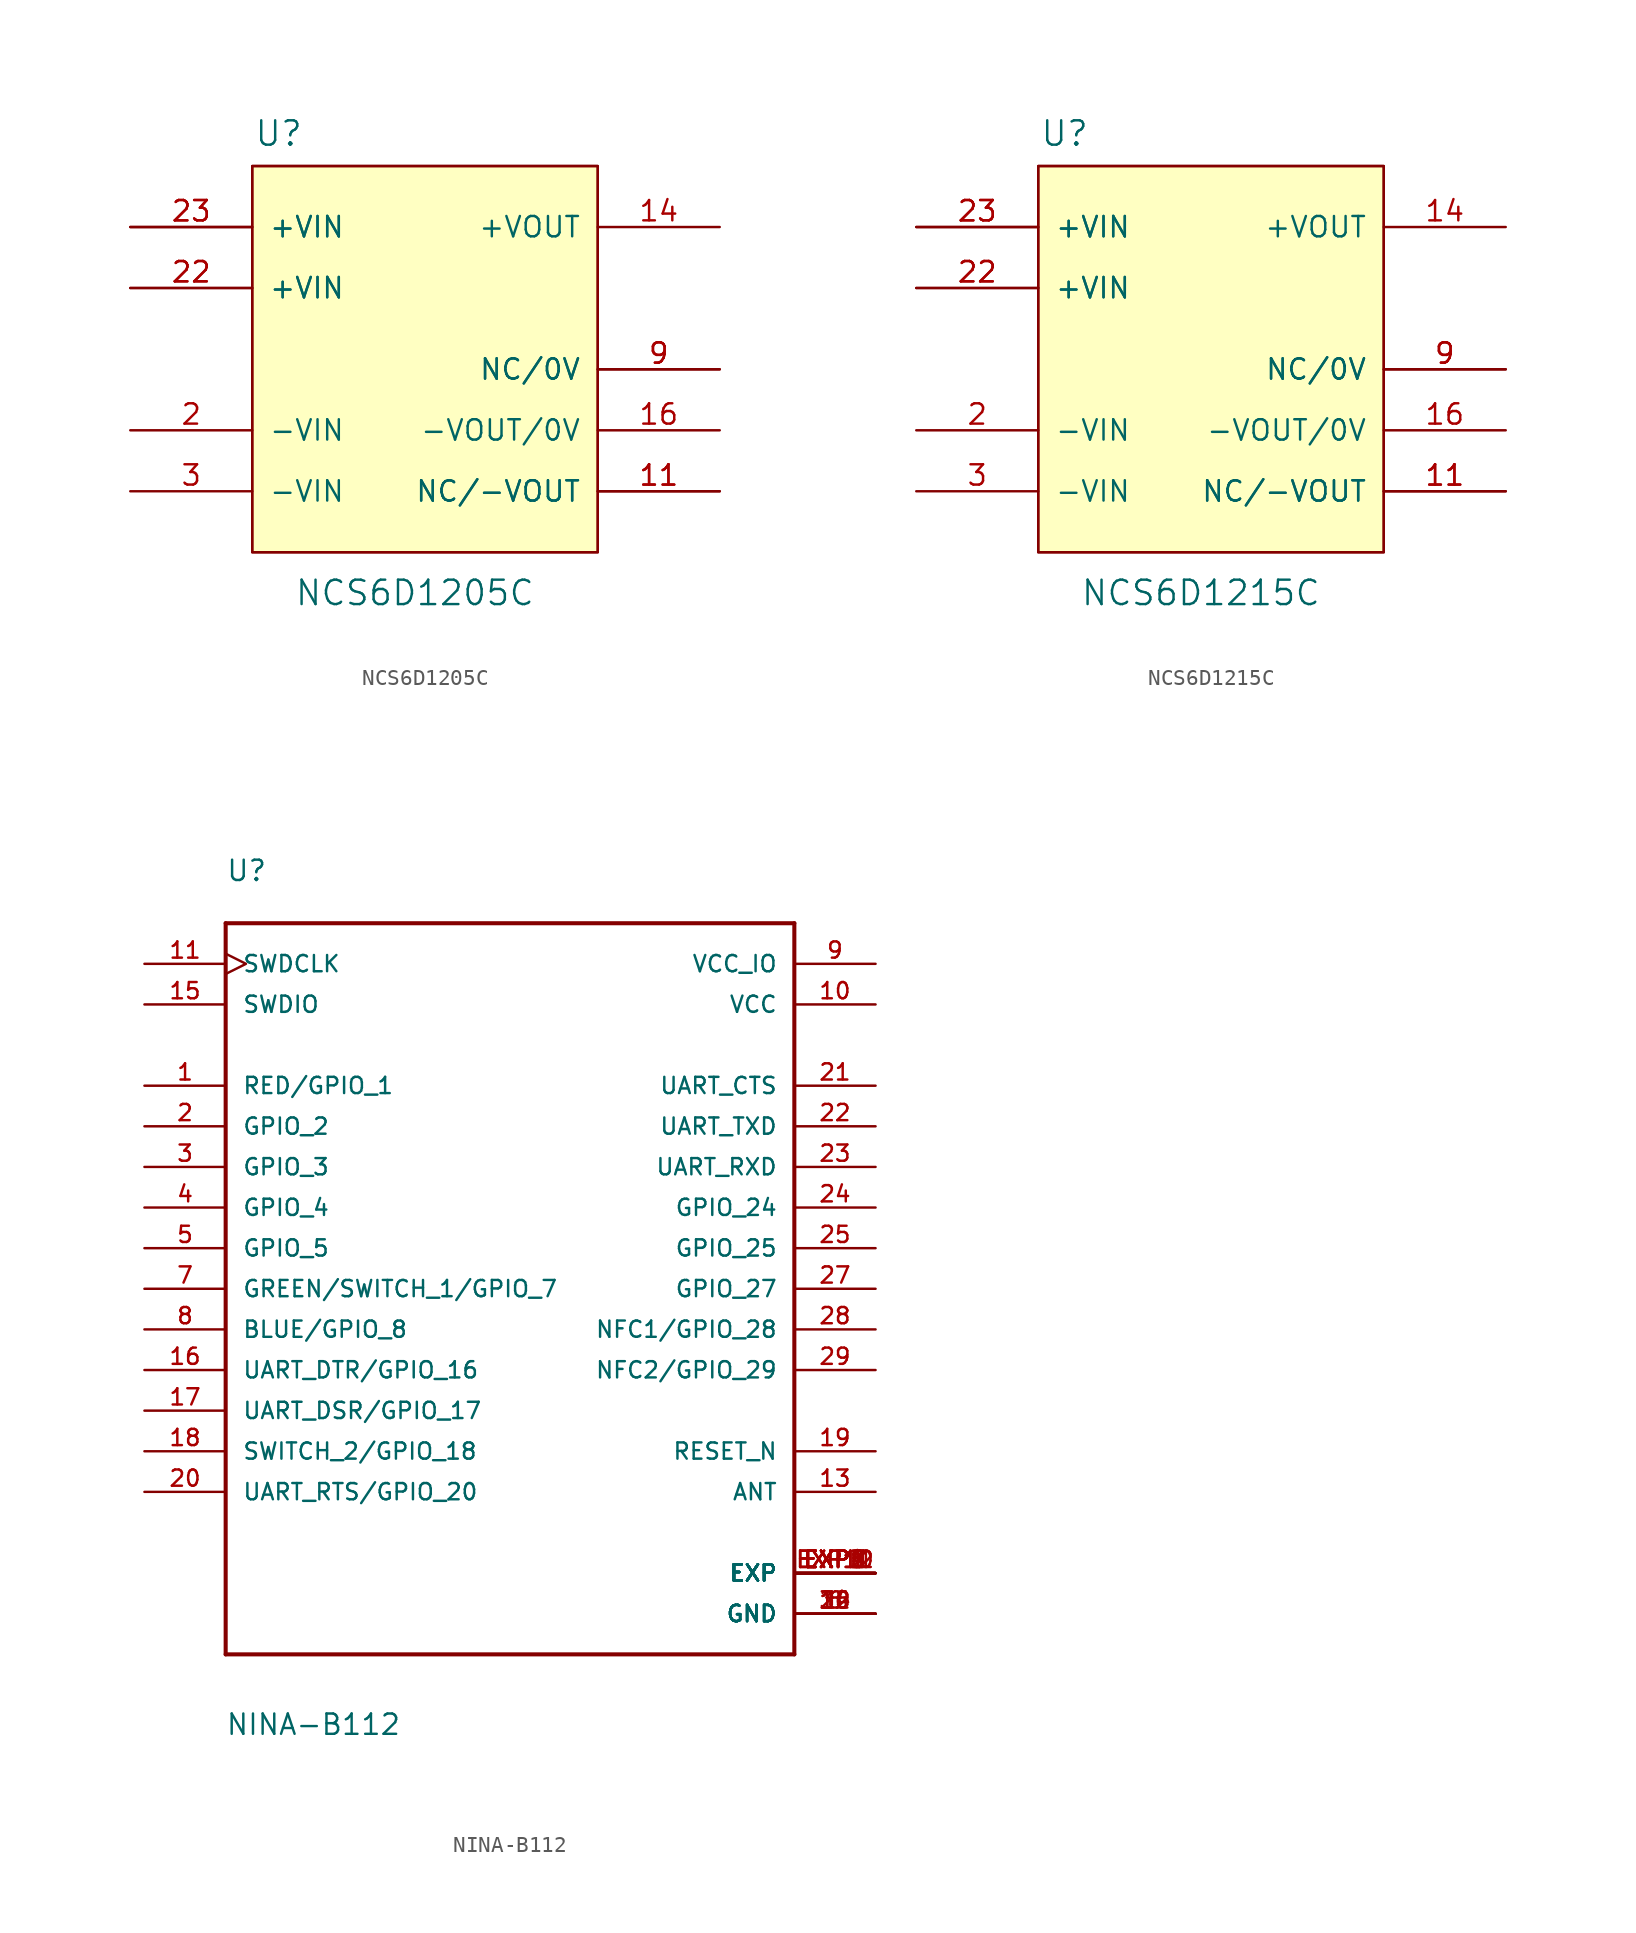
<source format=kicad_sym>
(kicad_symbol_lib
  (version 20220914)
  (generator kicad_symbol_editor)
  (symbol "NCS6D1205C"
    (pin_names
      (offset 1.016))
    (property "Reference" "U"
      (at -8.509 18.542 0)
      (effects (font (size 1.524 1.524))))
    (property "Value" "NCS6D1205C"
      (at 0 -10.16 0)
      (effects (font (size 1.524 1.524))))
    (property "Footprint" ""
      (at 0 0 0)
      (effects (font (size 1.524 1.524))))
    (property "Datasheet" ""
      (at 0 0 0)
      (effects (font (size 1.524 1.524))))
    (symbol "NCS6D1205C_0_1"
      (rectangle (start -10.16 16.51) (end 11.43 -7.62) (stroke (width 0) (type solid)) (fill (type none)))
      (rectangle (start -10.16 16.51) (end 11.43 -7.62) (stroke (width 0) (type solid)) (fill (type background))))
    (symbol "NCS6D1205C_1_1"
      (pin power_out line (at 19.05 -3.81 180) (length 7.62) (name "NC/-VOUT" (effects (font (size 1.27 1.27)))) (number "11" (effects (font (size 1.27 1.27)))))
      (pin power_out line (at 19.05 -3.81 180) (length 7.62) (name "NC/-VOUT" (effects (font (size 1.27 1.27)))) (number "11" (effects (font (size 1.27 1.27)))))
      (pin power_out line (at 19.05 12.7 180) (length 7.62) (name "+VOUT" (effects (font (size 1.27 1.27)))) (number "14" (effects (font (size 1.27 1.27)))))
      (pin power_in line (at 19.05 0 180) (length 7.62) (name "-VOUT/0V" (effects (font (size 1.27 1.27)))) (number "16" (effects (font (size 1.27 1.27)))))
      (pin power_out line (at -17.78 0 0) (length 7.62) (name "-VIN" (effects (font (size 1.27 1.27)))) (number "2" (effects (font (size 1.27 1.27)))))
      (pin power_out line (at -17.78 8.89 0) (length 7.62) (name "+VIN" (effects (font (size 1.27 1.27)))) (number "22" (effects (font (size 1.27 1.27)))))
      (pin power_out line (at -17.78 8.89 0) (length 7.62) (name "+VIN" (effects (font (size 1.27 1.27)))) (number "22" (effects (font (size 1.27 1.27)))))
      (pin power_out line (at -17.78 12.7 0) (length 7.62) (name "+VIN" (effects (font (size 1.27 1.27)))) (number "23" (effects (font (size 1.27 1.27)))))
      (pin power_out line (at -17.78 12.7 0) (length 7.62) (name "+VIN" (effects (font (size 1.27 1.27)))) (number "23" (effects (font (size 1.27 1.27)))))
      (pin power_out line (at -17.78 -3.81 0) (length 7.62) (name "-VIN" (effects (font (size 1.27 1.27)))) (number "3" (effects (font (size 1.27 1.27)))))
      (pin power_out line (at 19.05 3.81 180) (length 7.62) (name "NC/0V" (effects (font (size 1.27 1.27)))) (number "9" (effects (font (size 1.27 1.27)))))
      (pin power_out line (at 19.05 3.81 180) (length 7.62) (name "NC/0V" (effects (font (size 1.27 1.27)))) (number "9" (effects (font (size 1.27 1.27)))))))
  (symbol "NCS6D1215C"
    (pin_names
      (offset 1.016))
    (property "Reference" "U"
      (at -8.509 18.542 0)
      (effects (font (size 1.524 1.524))))
    (property "Value" "NCS6D1215C"
      (at 0 -10.16 0)
      (effects (font (size 1.524 1.524))))
    (property "Footprint" ""
      (at 0 0 0)
      (effects (font (size 1.524 1.524))))
    (property "Datasheet" ""
      (at 0 0 0)
      (effects (font (size 1.524 1.524))))
    (symbol "NCS6D1215C_0_1"
      (rectangle (start -10.16 16.51) (end 11.43 -7.62) (stroke (width 0) (type solid)) (fill (type none)))
      (rectangle (start -10.16 16.51) (end 11.43 -7.62) (stroke (width 0) (type solid)) (fill (type background))))
    (symbol "NCS6D1215C_1_1"
      (pin power_out line (at 19.05 -3.81 180) (length 7.62) (name "NC/-VOUT" (effects (font (size 1.27 1.27)))) (number "11" (effects (font (size 1.27 1.27)))))
      (pin power_out line (at 19.05 -3.81 180) (length 7.62) (name "NC/-VOUT" (effects (font (size 1.27 1.27)))) (number "11" (effects (font (size 1.27 1.27)))))
      (pin power_out line (at 19.05 12.7 180) (length 7.62) (name "+VOUT" (effects (font (size 1.27 1.27)))) (number "14" (effects (font (size 1.27 1.27)))))
      (pin power_in line (at 19.05 0 180) (length 7.62) (name "-VOUT/0V" (effects (font (size 1.27 1.27)))) (number "16" (effects (font (size 1.27 1.27)))))
      (pin power_out line (at -17.78 0 0) (length 7.62) (name "-VIN" (effects (font (size 1.27 1.27)))) (number "2" (effects (font (size 1.27 1.27)))))
      (pin power_out line (at -17.78 8.89 0) (length 7.62) (name "+VIN" (effects (font (size 1.27 1.27)))) (number "22" (effects (font (size 1.27 1.27)))))
      (pin power_out line (at -17.78 8.89 0) (length 7.62) (name "+VIN" (effects (font (size 1.27 1.27)))) (number "22" (effects (font (size 1.27 1.27)))))
      (pin power_out line (at -17.78 12.7 0) (length 7.62) (name "+VIN" (effects (font (size 1.27 1.27)))) (number "23" (effects (font (size 1.27 1.27)))))
      (pin power_out line (at -17.78 12.7 0) (length 7.62) (name "+VIN" (effects (font (size 1.27 1.27)))) (number "23" (effects (font (size 1.27 1.27)))))
      (pin power_out line (at -17.78 -3.81 0) (length 7.62) (name "-VIN" (effects (font (size 1.27 1.27)))) (number "3" (effects (font (size 1.27 1.27)))))
      (pin power_out line (at 19.05 3.81 180) (length 7.62) (name "NC/0V" (effects (font (size 1.27 1.27)))) (number "9" (effects (font (size 1.27 1.27)))))
      (pin power_out line (at 19.05 3.81 180) (length 7.62) (name "NC/0V" (effects (font (size 1.27 1.27)))) (number "9" (effects (font (size 1.27 1.27)))))))
  (symbol "NINA-B112"
    (pin_names
      (offset 1.016))
    (property "Reference" "U"
      (at -17.78 25.4 0)
      (effects (font (size 1.27 1.27)) (justify left bottom)))
    (property "Value" "NINA-B112"
      (at -17.805 -27.991 0)
      (effects (font (size 1.27 1.27)) (justify left bottom)))
    (symbol "NINA-B112_0_0"
      (polyline (pts (xy -17.78 -22.86) (xy -17.78 22.86)) (stroke (width 0.254) (type solid)) (fill (type none)))
      (polyline (pts (xy -17.78 22.86) (xy 17.78 22.86)) (stroke (width 0.254) (type solid)) (fill (type none)))
      (polyline (pts (xy 17.78 -22.86) (xy -17.78 -22.86)) (stroke (width 0.254) (type solid)) (fill (type none)))
      (polyline (pts (xy 17.78 22.86) (xy 17.78 -22.86)) (stroke (width 0.254) (type solid)) (fill (type none)))
      (pin bidirectional line (at -22.86 12.7 0) (length 5.08) (name "RED/GPIO_1" (effects (font (size 1.016 1.016)))) (number "1" (effects (font (size 1.016 1.016)))))
      (pin power_in line (at 22.86 17.78 180) (length 5.08) (name "VCC" (effects (font (size 1.016 1.016)))) (number "10" (effects (font (size 1.016 1.016)))))
      (pin input clock (at -22.86 20.32 0) (length 5.08) (name "SWDCLK" (effects (font (size 1.016 1.016)))) (number "11" (effects (font (size 1.016 1.016)))))
      (pin power_in line (at 22.86 -20.32 180) (length 5.08) (name "GND" (effects (font (size 1.016 1.016)))) (number "12" (effects (font (size 1.016 1.016)))))
      (pin bidirectional line (at 22.86 -12.7 180) (length 5.08) (name "ANT" (effects (font (size 1.016 1.016)))) (number "13" (effects (font (size 1.016 1.016)))))
      (pin power_in line (at 22.86 -20.32 180) (length 5.08) (name "GND" (effects (font (size 1.016 1.016)))) (number "14" (effects (font (size 1.016 1.016)))))
      (pin bidirectional line (at -22.86 17.78 0) (length 5.08) (name "SWDIO" (effects (font (size 1.016 1.016)))) (number "15" (effects (font (size 1.016 1.016)))))
      (pin bidirectional line (at -22.86 -5.08 0) (length 5.08) (name "UART_DTR/GPIO_16" (effects (font (size 1.016 1.016)))) (number "16" (effects (font (size 1.016 1.016)))))
      (pin bidirectional line (at -22.86 -7.62 0) (length 5.08) (name "UART_DSR/GPIO_17" (effects (font (size 1.016 1.016)))) (number "17" (effects (font (size 1.016 1.016)))))
      (pin bidirectional line (at -22.86 -10.16 0) (length 5.08) (name "SWITCH_2/GPIO_18" (effects (font (size 1.016 1.016)))) (number "18" (effects (font (size 1.016 1.016)))))
      (pin bidirectional line (at 22.86 -10.16 180) (length 5.08) (name "RESET_N" (effects (font (size 1.016 1.016)))) (number "19" (effects (font (size 1.016 1.016)))))
      (pin bidirectional line (at -22.86 10.16 0) (length 5.08) (name "GPIO_2" (effects (font (size 1.016 1.016)))) (number "2" (effects (font (size 1.016 1.016)))))
      (pin bidirectional line (at -22.86 -12.7 0) (length 5.08) (name "UART_RTS/GPIO_20" (effects (font (size 1.016 1.016)))) (number "20" (effects (font (size 1.016 1.016)))))
      (pin bidirectional line (at 22.86 12.7 180) (length 5.08) (name "UART_CTS" (effects (font (size 1.016 1.016)))) (number "21" (effects (font (size 1.016 1.016)))))
      (pin bidirectional line (at 22.86 10.16 180) (length 5.08) (name "UART_TXD" (effects (font (size 1.016 1.016)))) (number "22" (effects (font (size 1.016 1.016)))))
      (pin bidirectional line (at 22.86 7.62 180) (length 5.08) (name "UART_RXD" (effects (font (size 1.016 1.016)))) (number "23" (effects (font (size 1.016 1.016)))))
      (pin bidirectional line (at 22.86 5.08 180) (length 5.08) (name "GPIO_24" (effects (font (size 1.016 1.016)))) (number "24" (effects (font (size 1.016 1.016)))))
      (pin bidirectional line (at 22.86 2.54 180) (length 5.08) (name "GPIO_25" (effects (font (size 1.016 1.016)))) (number "25" (effects (font (size 1.016 1.016)))))
      (pin power_in line (at 22.86 -20.32 180) (length 5.08) (name "GND" (effects (font (size 1.016 1.016)))) (number "26" (effects (font (size 1.016 1.016)))))
      (pin bidirectional line (at 22.86 0 180) (length 5.08) (name "GPIO_27" (effects (font (size 1.016 1.016)))) (number "27" (effects (font (size 1.016 1.016)))))
      (pin bidirectional line (at 22.86 -2.54 180) (length 5.08) (name "NFC1/GPIO_28" (effects (font (size 1.016 1.016)))) (number "28" (effects (font (size 1.016 1.016)))))
      (pin bidirectional line (at 22.86 -5.08 180) (length 5.08) (name "NFC2/GPIO_29" (effects (font (size 1.016 1.016)))) (number "29" (effects (font (size 1.016 1.016)))))
      (pin bidirectional line (at -22.86 7.62 0) (length 5.08) (name "GPIO_3" (effects (font (size 1.016 1.016)))) (number "3" (effects (font (size 1.016 1.016)))))
      (pin power_in line (at 22.86 -20.32 180) (length 5.08) (name "GND" (effects (font (size 1.016 1.016)))) (number "30" (effects (font (size 1.016 1.016)))))
      (pin bidirectional line (at -22.86 5.08 0) (length 5.08) (name "GPIO_4" (effects (font (size 1.016 1.016)))) (number "4" (effects (font (size 1.016 1.016)))))
      (pin bidirectional line (at -22.86 2.54 0) (length 5.08) (name "GPIO_5" (effects (font (size 1.016 1.016)))) (number "5" (effects (font (size 1.016 1.016)))))
      (pin power_in line (at 22.86 -20.32 180) (length 5.08) (name "GND" (effects (font (size 1.016 1.016)))) (number "6" (effects (font (size 1.016 1.016)))))
      (pin bidirectional line (at -22.86 0 0) (length 5.08) (name "GREEN/SWITCH_1/GPIO_7" (effects (font (size 1.016 1.016)))) (number "7" (effects (font (size 1.016 1.016)))))
      (pin bidirectional line (at -22.86 -2.54 0) (length 5.08) (name "BLUE/GPIO_8" (effects (font (size 1.016 1.016)))) (number "8" (effects (font (size 1.016 1.016)))))
      (pin power_in line (at 22.86 20.32 180) (length 5.08) (name "VCC_IO" (effects (font (size 1.016 1.016)))) (number "9" (effects (font (size 1.016 1.016)))))
      (pin power_in line (at 22.86 -17.78 180) (length 5.08) (name "EXP" (effects (font (size 1.016 1.016)))) (number "EXP1" (effects (font (size 1.016 1.016)))))
      (pin power_in line (at 22.86 -17.78 180) (length 5.08) (name "EXP" (effects (font (size 1.016 1.016)))) (number "EXP10" (effects (font (size 1.016 1.016)))))
      (pin power_in line (at 22.86 -17.78 180) (length 5.08) (name "EXP" (effects (font (size 1.016 1.016)))) (number "EXP11" (effects (font (size 1.016 1.016)))))
      (pin power_in line (at 22.86 -17.78 180) (length 5.08) (name "EXP" (effects (font (size 1.016 1.016)))) (number "EXP12" (effects (font (size 1.016 1.016)))))
      (pin power_in line (at 22.86 -17.78 180) (length 5.08) (name "EXP" (effects (font (size 1.016 1.016)))) (number "EXP2" (effects (font (size 1.016 1.016)))))
      (pin power_in line (at 22.86 -17.78 180) (length 5.08) (name "EXP" (effects (font (size 1.016 1.016)))) (number "EXP3" (effects (font (size 1.016 1.016)))))
      (pin power_in line (at 22.86 -17.78 180) (length 5.08) (name "EXP" (effects (font (size 1.016 1.016)))) (number "EXP4" (effects (font (size 1.016 1.016)))))
      (pin power_in line (at 22.86 -17.78 180) (length 5.08) (name "EXP" (effects (font (size 1.016 1.016)))) (number "EXP5" (effects (font (size 1.016 1.016)))))
      (pin power_in line (at 22.86 -17.78 180) (length 5.08) (name "EXP" (effects (font (size 1.016 1.016)))) (number "EXP6" (effects (font (size 1.016 1.016)))))
      (pin power_in line (at 22.86 -17.78 180) (length 5.08) (name "EXP" (effects (font (size 1.016 1.016)))) (number "EXP7" (effects (font (size 1.016 1.016)))))
      (pin power_in line (at 22.86 -17.78 180) (length 5.08) (name "EXP" (effects (font (size 1.016 1.016)))) (number "EXP8" (effects (font (size 1.016 1.016)))))
      (pin power_in line (at 22.86 -17.78 180) (length 5.08) (name "EXP" (effects (font (size 1.016 1.016)))) (number "EXP9" (effects (font (size 1.016 1.016))))))))
</source>
